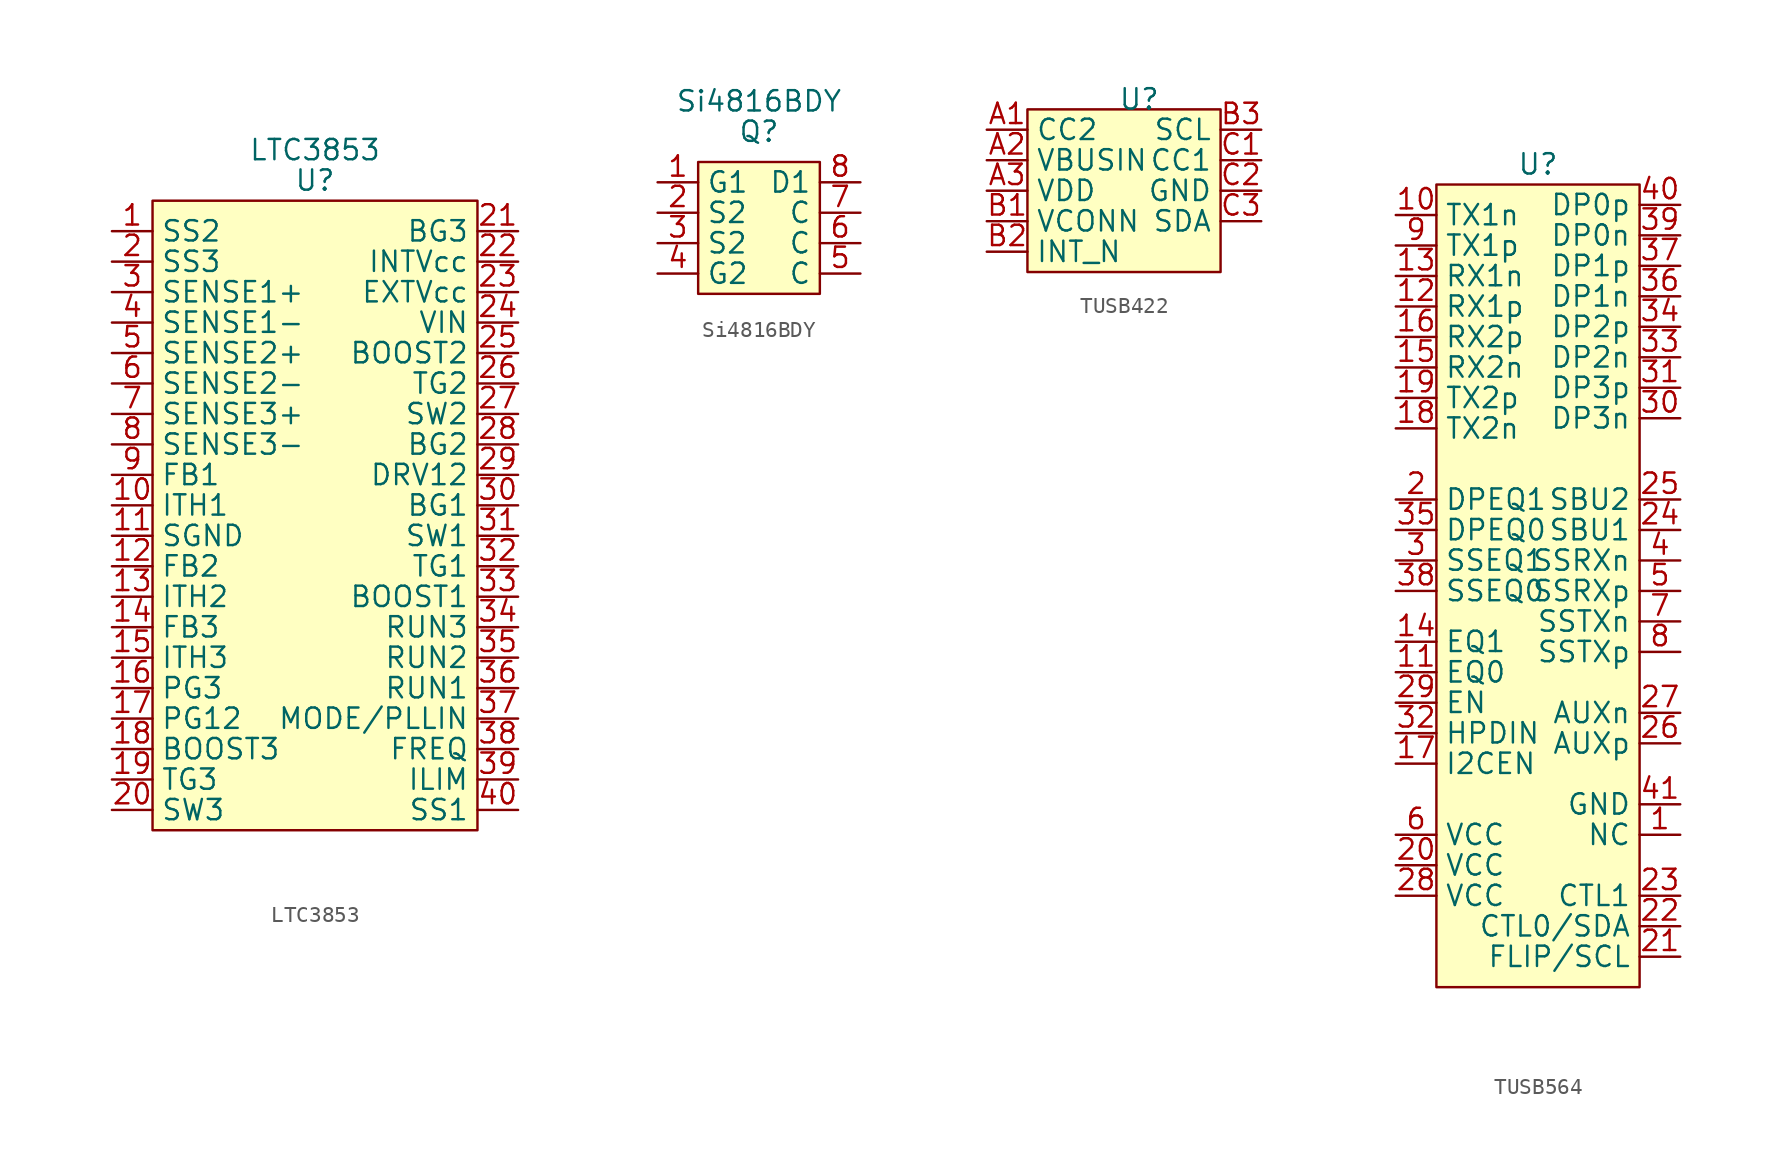
<source format=kicad_sym>
(kicad_symbol_lib
  (version 20220914)
  (generator kicad_symbol_editor)
  (symbol "LTC3853"
    (property "Reference" "U"
      (at 0 0 0)
      (effects (font (size 1.27 1.27))))
    (property "Value" "LTC3853"
      (at 0 1.905 0)
      (effects (font (size 1.27 1.27))))
    (symbol "LTC3853_0_1"
      (rectangle (start -10.16 -1.27) (end 10.16 -40.64) (stroke (width 0) (type default)) (fill (type background))))
    (symbol "LTC3853_1_1"
      (pin input line (at -12.7 -3.175 0) (length 2.54) (name "SS2" (effects (font (size 1.27 1.27)))) (number "1" (effects (font (size 1.27 1.27)))))
      (pin input line (at -12.7 -20.32 0) (length 2.54) (name "ITH1" (effects (font (size 1.27 1.27)))) (number "10" (effects (font (size 1.27 1.27)))))
      (pin input line (at -12.7 -22.225 0) (length 2.54) (name "SGND" (effects (font (size 1.27 1.27)))) (number "11" (effects (font (size 1.27 1.27)))))
      (pin input line (at -12.7 -24.13 0) (length 2.54) (name "FB2" (effects (font (size 1.27 1.27)))) (number "12" (effects (font (size 1.27 1.27)))))
      (pin input line (at -12.7 -26.035 0) (length 2.54) (name "ITH2" (effects (font (size 1.27 1.27)))) (number "13" (effects (font (size 1.27 1.27)))))
      (pin input line (at -12.7 -27.94 0) (length 2.54) (name "FB3" (effects (font (size 1.27 1.27)))) (number "14" (effects (font (size 1.27 1.27)))))
      (pin input line (at -12.7 -29.845 0) (length 2.54) (name "ITH3" (effects (font (size 1.27 1.27)))) (number "15" (effects (font (size 1.27 1.27)))))
      (pin input line (at -12.7 -31.75 0) (length 2.54) (name "PG3" (effects (font (size 1.27 1.27)))) (number "16" (effects (font (size 1.27 1.27)))))
      (pin input line (at -12.7 -33.655 0) (length 2.54) (name "PG12" (effects (font (size 1.27 1.27)))) (number "17" (effects (font (size 1.27 1.27)))))
      (pin input line (at -12.7 -35.56 0) (length 2.54) (name "BOOST3" (effects (font (size 1.27 1.27)))) (number "18" (effects (font (size 1.27 1.27)))))
      (pin input line (at -12.7 -37.465 0) (length 2.54) (name "TG3" (effects (font (size 1.27 1.27)))) (number "19" (effects (font (size 1.27 1.27)))))
      (pin input line (at -12.7 -5.08 0) (length 2.54) (name "SS3" (effects (font (size 1.27 1.27)))) (number "2" (effects (font (size 1.27 1.27)))))
      (pin input line (at -12.7 -39.37 0) (length 2.54) (name "SW3" (effects (font (size 1.27 1.27)))) (number "20" (effects (font (size 1.27 1.27)))))
      (pin input line (at 12.7 -3.175 180) (length 2.54) (name "BG3" (effects (font (size 1.27 1.27)))) (number "21" (effects (font (size 1.27 1.27)))))
      (pin input line (at 12.7 -5.08 180) (length 2.54) (name "INTVcc" (effects (font (size 1.27 1.27)))) (number "22" (effects (font (size 1.27 1.27)))))
      (pin input line (at 12.7 -6.985 180) (length 2.54) (name "EXTVcc" (effects (font (size 1.27 1.27)))) (number "23" (effects (font (size 1.27 1.27)))))
      (pin input line (at 12.7 -8.89 180) (length 2.54) (name "VIN" (effects (font (size 1.27 1.27)))) (number "24" (effects (font (size 1.27 1.27)))))
      (pin input line (at 12.7 -10.795 180) (length 2.54) (name "BOOST2" (effects (font (size 1.27 1.27)))) (number "25" (effects (font (size 1.27 1.27)))))
      (pin input line (at 12.7 -12.7 180) (length 2.54) (name "TG2" (effects (font (size 1.27 1.27)))) (number "26" (effects (font (size 1.27 1.27)))))
      (pin input line (at 12.7 -14.605 180) (length 2.54) (name "SW2" (effects (font (size 1.27 1.27)))) (number "27" (effects (font (size 1.27 1.27)))))
      (pin input line (at 12.7 -16.51 180) (length 2.54) (name "BG2" (effects (font (size 1.27 1.27)))) (number "28" (effects (font (size 1.27 1.27)))))
      (pin input line (at 12.7 -18.415 180) (length 2.54) (name "DRV12" (effects (font (size 1.27 1.27)))) (number "29" (effects (font (size 1.27 1.27)))))
      (pin input line (at -12.7 -6.985 0) (length 2.54) (name "SENSE1+" (effects (font (size 1.27 1.27)))) (number "3" (effects (font (size 1.27 1.27)))))
      (pin input line (at 12.7 -20.32 180) (length 2.54) (name "BG1" (effects (font (size 1.27 1.27)))) (number "30" (effects (font (size 1.27 1.27)))))
      (pin input line (at 12.7 -22.225 180) (length 2.54) (name "SW1" (effects (font (size 1.27 1.27)))) (number "31" (effects (font (size 1.27 1.27)))))
      (pin input line (at 12.7 -24.13 180) (length 2.54) (name "TG1" (effects (font (size 1.27 1.27)))) (number "32" (effects (font (size 1.27 1.27)))))
      (pin input line (at 12.7 -26.035 180) (length 2.54) (name "BOOST1" (effects (font (size 1.27 1.27)))) (number "33" (effects (font (size 1.27 1.27)))))
      (pin input line (at 12.7 -27.94 180) (length 2.54) (name "RUN3" (effects (font (size 1.27 1.27)))) (number "34" (effects (font (size 1.27 1.27)))))
      (pin input line (at 12.7 -29.845 180) (length 2.54) (name "RUN2" (effects (font (size 1.27 1.27)))) (number "35" (effects (font (size 1.27 1.27)))))
      (pin input line (at 12.7 -31.75 180) (length 2.54) (name "RUN1" (effects (font (size 1.27 1.27)))) (number "36" (effects (font (size 1.27 1.27)))))
      (pin input line (at 12.7 -33.655 180) (length 2.54) (name "MODE/PLLIN" (effects (font (size 1.27 1.27)))) (number "37" (effects (font (size 1.27 1.27)))))
      (pin input line (at 12.7 -35.56 180) (length 2.54) (name "FREQ" (effects (font (size 1.27 1.27)))) (number "38" (effects (font (size 1.27 1.27)))))
      (pin input line (at 12.7 -37.465 180) (length 2.54) (name "ILIM" (effects (font (size 1.27 1.27)))) (number "39" (effects (font (size 1.27 1.27)))))
      (pin input line (at -12.7 -8.89 0) (length 2.54) (name "SENSE1-" (effects (font (size 1.27 1.27)))) (number "4" (effects (font (size 1.27 1.27)))))
      (pin input line (at 12.7 -39.37 180) (length 2.54) (name "SS1" (effects (font (size 1.27 1.27)))) (number "40" (effects (font (size 1.27 1.27)))))
      (pin input line (at -12.7 -10.795 0) (length 2.54) (name "SENSE2+" (effects (font (size 1.27 1.27)))) (number "5" (effects (font (size 1.27 1.27)))))
      (pin input line (at -12.7 -12.7 0) (length 2.54) (name "SENSE2-" (effects (font (size 1.27 1.27)))) (number "6" (effects (font (size 1.27 1.27)))))
      (pin input line (at -12.7 -14.605 0) (length 2.54) (name "SENSE3+" (effects (font (size 1.27 1.27)))) (number "7" (effects (font (size 1.27 1.27)))))
      (pin input line (at -12.7 -16.51 0) (length 2.54) (name "SENSE3-" (effects (font (size 1.27 1.27)))) (number "8" (effects (font (size 1.27 1.27)))))
      (pin input line (at -12.7 -18.415 0) (length 2.54) (name "FB1" (effects (font (size 1.27 1.27)))) (number "9" (effects (font (size 1.27 1.27)))))))
  (symbol "Si4816BDY"
    (property "Reference" "Q"
      (at 0 0 0)
      (effects (font (size 1.27 1.27))))
    (property "Value" "Si4816BDY"
      (at 0 1.905 0)
      (effects (font (size 1.27 1.27))))
    (symbol "Si4816BDY_0_1"
      (rectangle (start -3.81 -1.905) (end 3.81 -10.16) (stroke (width 0) (type default)) (fill (type background))))
    (symbol "Si4816BDY_1_1"
      (pin input line (at -6.35 -3.175 0) (length 2.54) (name "G1" (effects (font (size 1.27 1.27)))) (number "1" (effects (font (size 1.27 1.27)))))
      (pin input line (at -6.35 -5.08 0) (length 2.54) (name "S2" (effects (font (size 1.27 1.27)))) (number "2" (effects (font (size 1.27 1.27)))))
      (pin input line (at -6.35 -6.985 0) (length 2.54) (name "S2" (effects (font (size 1.27 1.27)))) (number "3" (effects (font (size 1.27 1.27)))))
      (pin input line (at -6.35 -8.89 0) (length 2.54) (name "G2" (effects (font (size 1.27 1.27)))) (number "4" (effects (font (size 1.27 1.27)))))
      (pin input line (at 6.35 -8.89 180) (length 2.54) (name "C" (effects (font (size 1.27 1.27)))) (number "5" (effects (font (size 1.27 1.27)))))
      (pin input line (at 6.35 -6.985 180) (length 2.54) (name "C" (effects (font (size 1.27 1.27)))) (number "6" (effects (font (size 1.27 1.27)))))
      (pin input line (at 6.35 -5.08 180) (length 2.54) (name "C" (effects (font (size 1.27 1.27)))) (number "7" (effects (font (size 1.27 1.27)))))
      (pin input line (at 6.35 -3.175 180) (length 2.54) (name "D1" (effects (font (size 1.27 1.27)))) (number "8" (effects (font (size 1.27 1.27)))))))
  (symbol "TUSB422"
    (property "Reference" "U"
      (at 0 1.27 0)
      (effects (font (size 1.27 1.27))))
    (property "Value" ""
      (at 0 0 0)
      (effects (font (size 1.27 1.27))))
    (symbol "TUSB422_0_1"
      (rectangle (start -6.985 0.635) (end 5.08 -9.525) (stroke (width 0) (type default)) (fill (type background))))
    (symbol "TUSB422_1_1"
      (pin input line (at -9.525 -0.635 0) (length 2.54) (name "CC2" (effects (font (size 1.27 1.27)))) (number "A1" (effects (font (size 1.27 1.27)))))
      (pin input line (at -9.525 -2.54 0) (length 2.54) (name "VBUSIN" (effects (font (size 1.27 1.27)))) (number "A2" (effects (font (size 1.27 1.27)))))
      (pin input line (at -9.525 -4.445 0) (length 2.54) (name "VDD" (effects (font (size 1.27 1.27)))) (number "A3" (effects (font (size 1.27 1.27)))))
      (pin input line (at -9.525 -6.35 0) (length 2.54) (name "VCONN" (effects (font (size 1.27 1.27)))) (number "B1" (effects (font (size 1.27 1.27)))))
      (pin input line (at -9.525 -8.255 0) (length 2.54) (name "INT_N" (effects (font (size 1.27 1.27)))) (number "B2" (effects (font (size 1.27 1.27)))))
      (pin input line (at 7.62 -0.635 180) (length 2.54) (name "SCL" (effects (font (size 1.27 1.27)))) (number "B3" (effects (font (size 1.27 1.27)))))
      (pin input line (at 7.62 -2.54 180) (length 2.54) (name "CC1" (effects (font (size 1.27 1.27)))) (number "C1" (effects (font (size 1.27 1.27)))))
      (pin input line (at 7.62 -4.445 180) (length 2.54) (name "GND" (effects (font (size 1.27 1.27)))) (number "C2" (effects (font (size 1.27 1.27)))))
      (pin input line (at 7.62 -6.35 180) (length 2.54) (name "SDA" (effects (font (size 1.27 1.27)))) (number "C3" (effects (font (size 1.27 1.27)))))))
  (symbol "TUSB564"
    (property "Reference" "U"
      (at 0 1.27 0)
      (effects (font (size 1.27 1.27))))
    (property "Value" ""
      (at 0 0 0)
      (effects (font (size 1.27 1.27))))
    (symbol "TUSB564_0_0"
      (rectangle (start -6.35 0) (end 6.35 -50.165) (stroke (width 0) (type default)) (fill (type background))))
    (symbol "TUSB564_1_1"
      (pin input line (at 8.89 -40.64 180) (length 2.54) (name "NC" (effects (font (size 1.27 1.27)))) (number "1" (effects (font (size 1.27 1.27)))))
      (pin output line (at -8.89 -1.905 0) (length 2.54) (name "TX1n" (effects (font (size 1.27 1.27)))) (number "10" (effects (font (size 1.27 1.27)))))
      (pin input line (at -8.89 -30.48 0) (length 2.54) (name "EQ0" (effects (font (size 1.27 1.27)))) (number "11" (effects (font (size 1.27 1.27)))))
      (pin input line (at -8.89 -7.62 0) (length 2.54) (name "RX1p" (effects (font (size 1.27 1.27)))) (number "12" (effects (font (size 1.27 1.27)))))
      (pin input line (at -8.89 -5.715 0) (length 2.54) (name "RX1n" (effects (font (size 1.27 1.27)))) (number "13" (effects (font (size 1.27 1.27)))))
      (pin input line (at -8.89 -28.575 0) (length 2.54) (name "EQ1" (effects (font (size 1.27 1.27)))) (number "14" (effects (font (size 1.27 1.27)))))
      (pin input line (at -8.89 -11.43 0) (length 2.54) (name "RX2n" (effects (font (size 1.27 1.27)))) (number "15" (effects (font (size 1.27 1.27)))))
      (pin input line (at -8.89 -9.525 0) (length 2.54) (name "RX2p" (effects (font (size 1.27 1.27)))) (number "16" (effects (font (size 1.27 1.27)))))
      (pin input line (at -8.89 -36.195 0) (length 2.54) (name "I2CEN" (effects (font (size 1.27 1.27)))) (number "17" (effects (font (size 1.27 1.27)))))
      (pin output line (at -8.89 -15.24 0) (length 2.54) (name "TX2n" (effects (font (size 1.27 1.27)))) (number "18" (effects (font (size 1.27 1.27)))))
      (pin output line (at -8.89 -13.335 0) (length 2.54) (name "TX2p" (effects (font (size 1.27 1.27)))) (number "19" (effects (font (size 1.27 1.27)))))
      (pin input line (at -8.89 -19.685 0) (length 2.54) (name "DPEQ1" (effects (font (size 1.27 1.27)))) (number "2" (effects (font (size 1.27 1.27)))))
      (pin passive line (at -8.89 -42.545 0) (length 2.54) (name "VCC" (effects (font (size 1.27 1.27)))) (number "20" (effects (font (size 1.27 1.27)))))
      (pin input line (at 8.89 -48.26 180) (length 2.54) (name "FLIP/SCL" (effects (font (size 1.27 1.27)))) (number "21" (effects (font (size 1.27 1.27)))))
      (pin input line (at 8.89 -46.355 180) (length 2.54) (name "CTL0/SDA" (effects (font (size 1.27 1.27)))) (number "22" (effects (font (size 1.27 1.27)))))
      (pin input line (at 8.89 -44.45 180) (length 2.54) (name "CTL1" (effects (font (size 1.27 1.27)))) (number "23" (effects (font (size 1.27 1.27)))))
      (pin bidirectional line (at 8.89 -21.59 180) (length 2.54) (name "SBU1" (effects (font (size 1.27 1.27)))) (number "24" (effects (font (size 1.27 1.27)))))
      (pin bidirectional line (at 8.89 -19.685 180) (length 2.54) (name "SBU2" (effects (font (size 1.27 1.27)))) (number "25" (effects (font (size 1.27 1.27)))))
      (pin bidirectional line (at 8.89 -34.925 180) (length 2.54) (name "AUXp" (effects (font (size 1.27 1.27)))) (number "26" (effects (font (size 1.27 1.27)))))
      (pin bidirectional line (at 8.89 -33.02 180) (length 2.54) (name "AUXn" (effects (font (size 1.27 1.27)))) (number "27" (effects (font (size 1.27 1.27)))))
      (pin passive line (at -8.89 -44.45 0) (length 2.54) (name "VCC" (effects (font (size 1.27 1.27)))) (number "28" (effects (font (size 1.27 1.27)))))
      (pin input line (at -8.89 -32.385 0) (length 2.54) (name "EN" (effects (font (size 1.27 1.27)))) (number "29" (effects (font (size 1.27 1.27)))))
      (pin input line (at -8.89 -23.495 0) (length 2.54) (name "SSEQ1" (effects (font (size 1.27 1.27)))) (number "3" (effects (font (size 1.27 1.27)))))
      (pin input line (at 8.89 -14.605 180) (length 2.54) (name "DP3n" (effects (font (size 1.27 1.27)))) (number "30" (effects (font (size 1.27 1.27)))))
      (pin input line (at 8.89 -12.7 180) (length 2.54) (name "DP3p" (effects (font (size 1.27 1.27)))) (number "31" (effects (font (size 1.27 1.27)))))
      (pin input line (at -8.89 -34.29 0) (length 2.54) (name "HPDIN" (effects (font (size 1.27 1.27)))) (number "32" (effects (font (size 1.27 1.27)))))
      (pin input line (at 8.89 -10.795 180) (length 2.54) (name "DP2n" (effects (font (size 1.27 1.27)))) (number "33" (effects (font (size 1.27 1.27)))))
      (pin input line (at 8.89 -8.89 180) (length 2.54) (name "DP2p" (effects (font (size 1.27 1.27)))) (number "34" (effects (font (size 1.27 1.27)))))
      (pin input line (at -8.89 -21.59 0) (length 2.54) (name "DPEQ0" (effects (font (size 1.27 1.27)))) (number "35" (effects (font (size 1.27 1.27)))))
      (pin input line (at 8.89 -6.985 180) (length 2.54) (name "DP1n" (effects (font (size 1.27 1.27)))) (number "36" (effects (font (size 1.27 1.27)))))
      (pin input line (at 8.89 -5.08 180) (length 2.54) (name "DP1p" (effects (font (size 1.27 1.27)))) (number "37" (effects (font (size 1.27 1.27)))))
      (pin input line (at -8.89 -25.4 0) (length 2.54) (name "SSEQ0" (effects (font (size 1.27 1.27)))) (number "38" (effects (font (size 1.27 1.27)))))
      (pin input line (at 8.89 -3.175 180) (length 2.54) (name "DP0n" (effects (font (size 1.27 1.27)))) (number "39" (effects (font (size 1.27 1.27)))))
      (pin output line (at 8.89 -23.495 180) (length 2.54) (name "SSRXn" (effects (font (size 1.27 1.27)))) (number "4" (effects (font (size 1.27 1.27)))))
      (pin input line (at 8.89 -1.27 180) (length 2.54) (name "DP0p" (effects (font (size 1.27 1.27)))) (number "40" (effects (font (size 1.27 1.27)))))
      (pin passive line (at 8.89 -38.735 180) (length 2.54) (name "GND" (effects (font (size 1.27 1.27)))) (number "41" (effects (font (size 1.27 1.27)))))
      (pin output line (at 8.89 -25.4 180) (length 2.54) (name "SSRXp" (effects (font (size 1.27 1.27)))) (number "5" (effects (font (size 1.27 1.27)))))
      (pin passive line (at -8.89 -40.64 0) (length 2.54) (name "VCC" (effects (font (size 1.27 1.27)))) (number "6" (effects (font (size 1.27 1.27)))))
      (pin input line (at 8.89 -27.305 180) (length 2.54) (name "SSTXn" (effects (font (size 1.27 1.27)))) (number "7" (effects (font (size 1.27 1.27)))))
      (pin input line (at 8.89 -29.21 180) (length 2.54) (name "SSTXp" (effects (font (size 1.27 1.27)))) (number "8" (effects (font (size 1.27 1.27)))))
      (pin output line (at -8.89 -3.81 0) (length 2.54) (name "TX1p" (effects (font (size 1.27 1.27)))) (number "9" (effects (font (size 1.27 1.27))))))))
</source>
